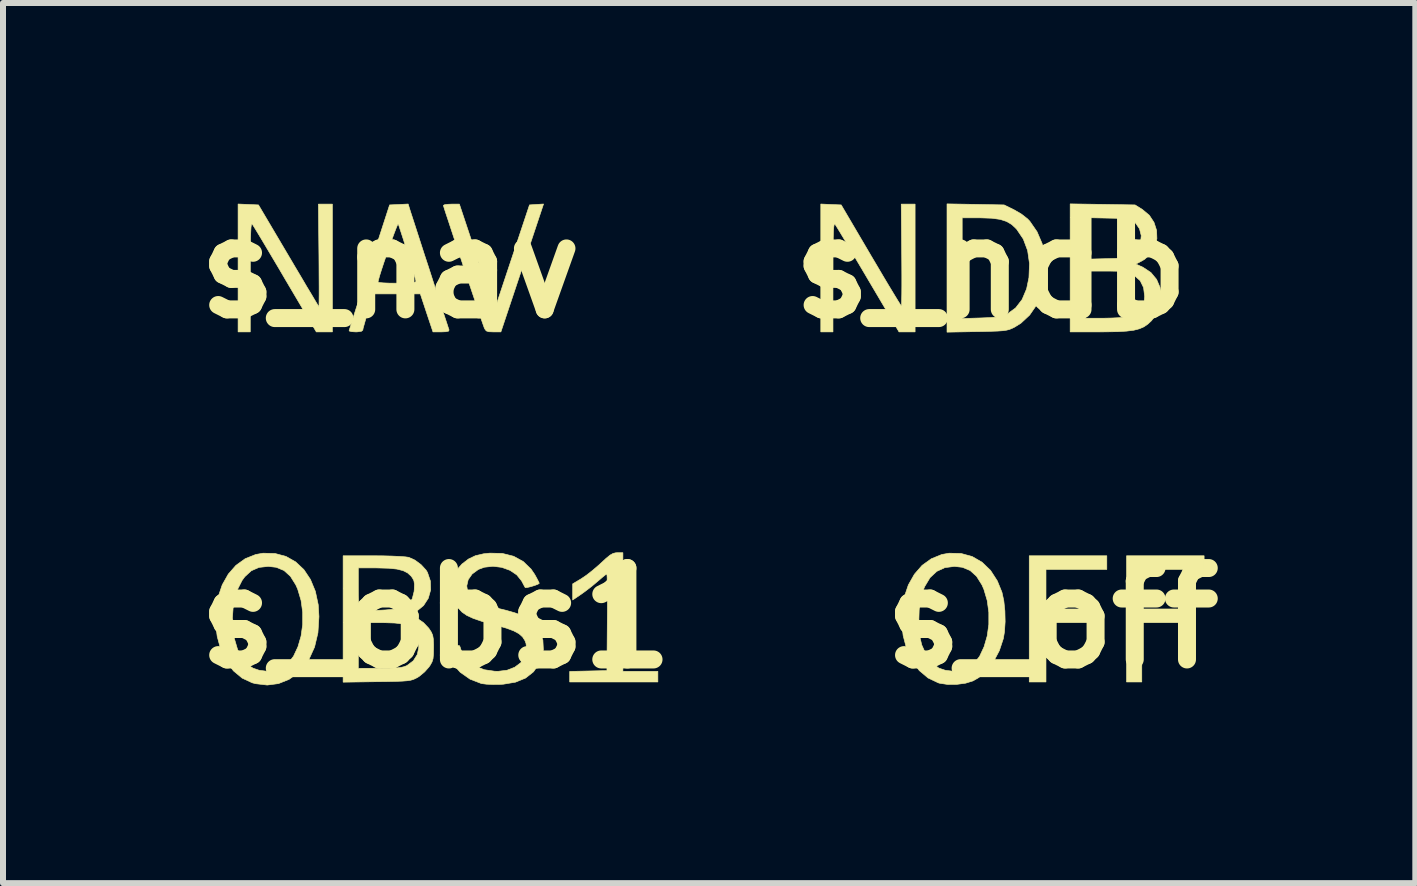
<source format=kicad_pcb>
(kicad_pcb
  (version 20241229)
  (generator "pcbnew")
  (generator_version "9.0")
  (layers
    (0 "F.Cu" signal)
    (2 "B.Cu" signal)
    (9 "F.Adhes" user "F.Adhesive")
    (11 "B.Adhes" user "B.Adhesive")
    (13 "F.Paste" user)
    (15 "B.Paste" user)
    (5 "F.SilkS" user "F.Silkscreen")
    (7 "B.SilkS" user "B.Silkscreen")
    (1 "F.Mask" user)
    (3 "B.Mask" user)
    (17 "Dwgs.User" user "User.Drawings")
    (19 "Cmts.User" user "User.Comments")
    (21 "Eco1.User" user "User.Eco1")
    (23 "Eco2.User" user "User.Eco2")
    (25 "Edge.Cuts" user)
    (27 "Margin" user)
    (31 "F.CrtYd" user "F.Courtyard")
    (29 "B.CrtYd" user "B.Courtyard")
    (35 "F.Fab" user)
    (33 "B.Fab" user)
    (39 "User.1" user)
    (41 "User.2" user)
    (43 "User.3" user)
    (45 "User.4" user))
  (footprint "s_nav"
    (layer "F.Cu")
    (at 3.454 1.418)
    (property "Reference" "s_nav" (at 0 0 0) (layer "F.SilkS") (effects (font (size 1.524 1.524) (thickness 0.3))))
    (attr through_hole)
    (fp_poly (pts (xy 2.202 -0.001) (xy 1.846 1.065) (xy 1.721 1.065) (xy 1.644 1.062) (xy 1.602 1.048) (xy 1.577 1.015) (xy 1.568 0.995) (xy 1.552 0.95) (xy 1.522 0.865) (xy 1.482 0.747) (xy 1.433 0.601) (xy 1.377 0.435) (xy 1.316 0.254) (xy 1.252 0.064) (xy 1.188 -0.129) (xy 1.125 -0.318) (xy 1.065 -0.498) (xy 1.011 -0.662) (xy 0.964 -0.805) (xy 0.926 -0.919) (xy 0.9 -1) (xy 0.888 -1.041) (xy 0.887 -1.044) (xy 0.91 -1.056) (xy 0.969 -1.063) (xy 1.021 -1.065) (xy 1.154 -1.065) (xy 1.741 0.697) (xy 2.323 -1.052) (xy 2.44 -1.06) (xy 2.557 -1.067) (xy 2.202 -0.001)) (stroke (width 0.01) (type solid)) (fill yes) (layer "F.SilkS"))
    (fp_poly (pts (xy -2.195 -1.052) (xy -1.696 -0.208) (xy -1.585 -0.02) (xy -1.482 0.153) (xy -1.391 0.308) (xy -1.312 0.439) (xy -1.251 0.542) (xy -1.209 0.612) (xy -1.189 0.644) (xy -1.188 0.646) (xy -1.186 0.623) (xy -1.185 0.556) (xy -1.184 0.45) (xy -1.184 0.31) (xy -1.185 0.143) (xy -1.186 -0.047) (xy -1.187 -0.205) (xy -1.196 -1.065) (xy -0.963 -1.065) (xy -0.963 1.065) (xy -1.231 1.065) (xy -1.748 0.19) (xy -1.861 -0.003) (xy -1.968 -0.183) (xy -2.065 -0.346) (xy -2.149 -0.487) (xy -2.217 -0.6) (xy -2.266 -0.68) (xy -2.294 -0.724) (xy -2.297 -0.729) (xy -2.306 -0.734) (xy -2.313 -0.719) (xy -2.319 -0.682) (xy -2.323 -0.616) (xy -2.327 -0.519) (xy -2.329 -0.387) (xy -2.33 -0.214) (xy -2.331 0.003) (xy -2.331 0.146) (xy -2.332 1.065) (xy -2.535 1.065) (xy -2.535 -1.067) (xy -2.195 -1.052)) (stroke (width 0.01) (type solid)) (fill yes) (layer "F.SilkS"))
    (fp_poly (pts (xy 0.326 -0.983) (xy 0.342 -0.932) (xy 0.371 -0.843) (xy 0.411 -0.72) (xy 0.459 -0.571) (xy 0.514 -0.401) (xy 0.573 -0.218) (xy 0.636 -0.027) (xy 0.698 0.166) (xy 0.759 0.354) (xy 0.817 0.531) (xy 0.869 0.69) (xy 0.914 0.827) (xy 0.949 0.933) (xy 0.972 1.004) (xy 0.982 1.033) (xy 0.974 1.052) (xy 0.926 1.062) (xy 0.854 1.065) (xy 0.714 1.065) (xy 0.608 0.748) (xy 0.503 0.431) (xy -0.277 0.431) (xy -0.367 0.718) (xy -0.402 0.833) (xy -0.43 0.931) (xy -0.45 1.002) (xy -0.456 1.035) (xy -0.48 1.055) (xy -0.545 1.064) (xy -0.57 1.065) (xy -0.638 1.061) (xy -0.679 1.051) (xy -0.684 1.046) (xy -0.676 1.018) (xy -0.654 0.948) (xy -0.62 0.839) (xy -0.575 0.697) (xy -0.52 0.527) (xy -0.458 0.334) (xy -0.426 0.234) (xy -0.202 0.234) (xy -0.179 0.242) (xy -0.114 0.248) (xy -0.018 0.252) (xy 0.1 0.253) (xy 0.114 0.253) (xy 0.256 0.252) (xy 0.352 0.247) (xy 0.409 0.239) (xy 0.43 0.226) (xy 0.431 0.222) (xy 0.424 0.192) (xy 0.404 0.122) (xy 0.374 0.022) (xy 0.338 -0.098) (xy 0.297 -0.229) (xy 0.256 -0.363) (xy 0.216 -0.49) (xy 0.18 -0.601) (xy 0.152 -0.686) (xy 0.135 -0.735) (xy 0.124 -0.721) (xy 0.101 -0.667) (xy 0.068 -0.581) (xy 0.028 -0.472) (xy -0.016 -0.348) (xy -0.061 -0.218) (xy -0.105 -0.09) (xy -0.144 0.028) (xy -0.175 0.127) (xy -0.195 0.199) (xy -0.202 0.234) (xy -0.426 0.234) (xy -0.39 0.124) (xy -0.346 -0.013) (xy -0.009 -1.052) (xy 0.145 -1.059) (xy 0.3 -1.067) (xy 0.326 -0.983)) (stroke (width 0.01) (type solid)) (fill yes) (layer "F.SilkS")))
  (footprint "s_obs1"
    (layer "F.Cu")
    (at 4.216 7.254)
    (property "Reference" "s_obs1" (at 0 0 0) (layer "F.SilkS") (effects (font (size 1.524 1.524) (thickness 0.3))))
    (attr through_hole)
    (fp_poly (pts (xy 3.118 0.887) (xy 3.701 0.887) (xy 3.701 1.065) (xy 2.231 1.065) (xy 2.231 0.889) (xy 2.541 0.882) (xy 2.852 0.875) (xy 2.858 0.07) (xy 2.86 -0.126) (xy 2.86 -0.305) (xy 2.859 -0.461) (xy 2.857 -0.587) (xy 2.855 -0.678) (xy 2.852 -0.728) (xy 2.85 -0.735) (xy 2.824 -0.719) (xy 2.773 -0.678) (xy 2.706 -0.62) (xy 2.703 -0.618) (xy 2.607 -0.537) (xy 2.497 -0.452) (xy 2.427 -0.401) (xy 2.281 -0.302) (xy 2.281 -0.571) (xy 2.425 -0.657) (xy 2.509 -0.714) (xy 2.611 -0.794) (xy 2.714 -0.882) (xy 2.751 -0.916) (xy 2.84 -0.998) (xy 2.904 -1.05) (xy 2.954 -1.078) (xy 3 -1.089) (xy 3.026 -1.09) (xy 3.118 -1.09) (xy 3.118 0.887)) (stroke (width 0.01) (type solid)) (fill yes) (layer "F.SilkS"))
    (fp_poly (pts (xy -2.68 -1.077) (xy -2.498 -1.028) (xy -2.337 -0.937) (xy -2.2 -0.808) (xy -2.09 -0.643) (xy -2.009 -0.447) (xy -1.961 -0.223) (xy -1.949 -0.025) (xy -1.966 0.245) (xy -2.022 0.482) (xy -2.116 0.689) (xy -2.25 0.866) (xy -2.294 0.91) (xy -2.448 1.022) (xy -2.624 1.092) (xy -2.813 1.116) (xy -3.007 1.093) (xy -3.063 1.078) (xy -3.23 1) (xy -3.375 0.879) (xy -3.494 0.721) (xy -3.585 0.528) (xy -3.645 0.306) (xy -3.668 0.126) (xy -3.668 0.003) (xy -3.392 0.003) (xy -3.389 0.101) (xy -3.362 0.332) (xy -3.305 0.525) (xy -3.221 0.681) (xy -3.111 0.795) (xy -3.047 0.835) (xy -2.948 0.869) (xy -2.827 0.885) (xy -2.705 0.881) (xy -2.605 0.858) (xy -2.587 0.85) (xy -2.47 0.762) (xy -2.373 0.636) (xy -2.299 0.478) (xy -2.247 0.299) (xy -2.22 0.105) (xy -2.22 -0.096) (xy -2.247 -0.294) (xy -2.303 -0.482) (xy -2.335 -0.554) (xy -2.424 -0.696) (xy -2.531 -0.793) (xy -2.661 -0.847) (xy -2.794 -0.862) (xy -2.95 -0.845) (xy -3.077 -0.789) (xy -3.184 -0.691) (xy -3.231 -0.627) (xy -3.322 -0.447) (xy -3.375 -0.238) (xy -3.392 0.003) (xy -3.668 0.003) (xy -3.668 -0.121) (xy -3.631 -0.35) (xy -3.561 -0.555) (xy -3.46 -0.734) (xy -3.332 -0.88) (xy -3.179 -0.99) (xy -3.004 -1.06) (xy -2.881 -1.082) (xy -2.68 -1.077)) (stroke (width 0.01) (type solid)) (fill yes) (layer "F.SilkS"))
    (fp_poly (pts (xy -1.046 -1.039) (xy -0.885 -1.038) (xy -0.735 -1.034) (xy -0.606 -1.028) (xy -0.508 -1.021) (xy -0.451 -1.013) (xy -0.449 -1.012) (xy -0.348 -0.966) (xy -0.246 -0.89) (xy -0.164 -0.801) (xy -0.14 -0.762) (xy -0.091 -0.617) (xy -0.087 -0.47) (xy -0.126 -0.331) (xy -0.205 -0.209) (xy -0.32 -0.115) (xy -0.356 -0.096) (xy -0.433 -0.059) (xy -0.312 0.004) (xy -0.206 0.076) (xy -0.118 0.169) (xy -0.114 0.175) (xy -0.076 0.233) (xy -0.053 0.286) (xy -0.042 0.35) (xy -0.038 0.44) (xy -0.038 0.494) (xy -0.04 0.602) (xy -0.047 0.676) (xy -0.064 0.731) (xy -0.095 0.786) (xy -0.115 0.815) (xy -0.186 0.895) (xy -0.272 0.967) (xy -0.305 0.989) (xy -0.344 1.009) (xy -0.381 1.025) (xy -0.425 1.037) (xy -0.483 1.045) (xy -0.562 1.051) (xy -0.671 1.055) (xy -0.815 1.058) (xy -0.982 1.06) (xy -1.546 1.068) (xy -1.546 0.837) (xy -1.293 0.837) (xy -0.932 0.836) (xy -0.779 0.835) (xy -0.667 0.831) (xy -0.587 0.823) (xy -0.529 0.81) (xy -0.483 0.792) (xy -0.376 0.712) (xy -0.309 0.606) (xy -0.284 0.483) (xy -0.304 0.35) (xy -0.334 0.279) (xy -0.376 0.207) (xy -0.424 0.155) (xy -0.486 0.118) (xy -0.57 0.095) (xy -0.684 0.082) (xy -0.836 0.077) (xy -0.932 0.076) (xy -1.293 0.076) (xy -1.293 0.837) (xy -1.546 0.837) (xy -1.546 -0.837) (xy -1.293 -0.837) (xy -1.293 -0.499) (xy -1.292 -0.372) (xy -1.288 -0.265) (xy -1.283 -0.186) (xy -1.277 -0.146) (xy -1.276 -0.144) (xy -1.241 -0.134) (xy -1.168 -0.129) (xy -1.068 -0.128) (xy -0.954 -0.13) (xy -0.837 -0.136) (xy -0.729 -0.146) (xy -0.686 -0.151) (xy -0.548 -0.184) (xy -0.452 -0.24) (xy -0.393 -0.324) (xy -0.363 -0.442) (xy -0.36 -0.475) (xy -0.357 -0.565) (xy -0.366 -0.624) (xy -0.392 -0.672) (xy -0.415 -0.702) (xy -0.472 -0.754) (xy -0.547 -0.791) (xy -0.648 -0.817) (xy -0.782 -0.831) (xy -0.957 -0.836) (xy -1 -0.837) (xy -1.293 -0.837) (xy -1.546 -0.837) (xy -1.546 -1.039) (xy -1.046 -1.039)) (stroke (width 0.01) (type solid)) (fill yes) (layer "F.SilkS"))
    (fp_poly (pts (xy 1.109 -1.078) (xy 1.296 -1.031) (xy 1.457 -0.943) (xy 1.587 -0.817) (xy 1.647 -0.729) (xy 1.687 -0.656) (xy 1.715 -0.601) (xy 1.724 -0.58) (xy 1.702 -0.565) (xy 1.65 -0.545) (xy 1.585 -0.525) (xy 1.526 -0.511) (xy 1.491 -0.508) (xy 1.489 -0.51) (xy 1.474 -0.536) (xy 1.445 -0.591) (xy 1.429 -0.621) (xy 1.348 -0.721) (xy 1.234 -0.797) (xy 1.098 -0.846) (xy 0.952 -0.864) (xy 0.809 -0.848) (xy 0.71 -0.812) (xy 0.605 -0.735) (xy 0.539 -0.641) (xy 0.515 -0.537) (xy 0.531 -0.434) (xy 0.59 -0.339) (xy 0.666 -0.279) (xy 0.727 -0.251) (xy 0.821 -0.219) (xy 0.931 -0.188) (xy 0.975 -0.177) (xy 1.166 -0.131) (xy 1.316 -0.088) (xy 1.432 -0.046) (xy 1.521 -0.001) (xy 1.594 0.05) (xy 1.636 0.088) (xy 1.731 0.218) (xy 1.784 0.367) (xy 1.792 0.527) (xy 1.755 0.689) (xy 1.725 0.756) (xy 1.628 0.895) (xy 1.496 0.999) (xy 1.328 1.068) (xy 1.124 1.102) (xy 1.066 1.105) (xy 0.952 1.106) (xy 0.846 1.102) (xy 0.766 1.092) (xy 0.754 1.089) (xy 0.57 1.018) (xy 0.407 0.904) (xy 0.274 0.755) (xy 0.213 0.654) (xy 0.179 0.585) (xy 0.157 0.537) (xy 0.152 0.524) (xy 0.174 0.513) (xy 0.226 0.496) (xy 0.292 0.477) (xy 0.352 0.462) (xy 0.389 0.456) (xy 0.403 0.478) (xy 0.416 0.521) (xy 0.442 0.575) (xy 0.492 0.646) (xy 0.536 0.699) (xy 0.657 0.798) (xy 0.804 0.86) (xy 0.982 0.886) (xy 1.039 0.887) (xy 1.187 0.869) (xy 1.315 0.819) (xy 1.416 0.743) (xy 1.484 0.648) (xy 1.515 0.539) (xy 1.503 0.423) (xy 1.485 0.375) (xy 1.445 0.313) (xy 1.385 0.26) (xy 1.298 0.213) (xy 1.177 0.168) (xy 1.014 0.121) (xy 0.954 0.106) (xy 0.769 0.055) (xy 0.626 0.006) (xy 0.517 -0.044) (xy 0.436 -0.1) (xy 0.375 -0.166) (xy 0.348 -0.206) (xy 0.279 -0.359) (xy 0.258 -0.516) (xy 0.283 -0.668) (xy 0.353 -0.808) (xy 0.435 -0.901) (xy 0.544 -0.985) (xy 0.659 -1.04) (xy 0.795 -1.072) (xy 0.9 -1.083) (xy 1.109 -1.078)) (stroke (width 0.01) (type solid)) (fill yes) (layer "F.SilkS")))
  (footprint "s_off"
    (layer "F.Cu")
    (at 14.488 7.254)
    (property "Reference" "s_off" (at 0 0 0) (layer "F.SilkS") (effects (font (size 1.524 1.524) (thickness 0.3))))
    (attr through_hole)
    (fp_poly (pts (xy 0.913 -0.811) (xy -0.101 -0.811) (xy -0.101 -0.152) (xy 0.735 -0.152) (xy 0.735 0.076) (xy -0.101 0.076) (xy -0.101 1.065) (xy -0.38 1.065) (xy -0.38 -1.039) (xy 0.913 -1.039) (xy 0.913 -0.811)) (stroke (width 0.01) (type solid)) (fill yes) (layer "F.SilkS"))
    (fp_poly (pts (xy 2.535 -0.811) (xy 1.496 -0.811) (xy 1.496 -0.152) (xy 2.357 -0.152) (xy 2.357 0.076) (xy 1.496 0.076) (xy 1.496 1.065) (xy 1.242 1.065) (xy 1.242 -1.039) (xy 2.535 -1.039) (xy 2.535 -0.811)) (stroke (width 0.01) (type solid)) (fill yes) (layer "F.SilkS"))
    (fp_poly (pts (xy -1.515 -1.077) (xy -1.33 -1.026) (xy -1.166 -0.931) (xy -1.025 -0.795) (xy -0.912 -0.62) (xy -0.835 -0.431) (xy -0.804 -0.289) (xy -0.786 -0.119) (xy -0.782 0.061) (xy -0.793 0.229) (xy -0.812 0.342) (xy -0.878 0.541) (xy -0.973 0.722) (xy -1.089 0.875) (xy -1.222 0.992) (xy -1.318 1.047) (xy -1.441 1.085) (xy -1.589 1.105) (xy -1.74 1.106) (xy -1.873 1.086) (xy -1.897 1.079) (xy -2.067 0.998) (xy -2.213 0.875) (xy -2.333 0.713) (xy -2.423 0.518) (xy -2.482 0.292) (xy -2.502 0.126) (xy -2.502 0.03) (xy -2.22 0.03) (xy -2.214 0.195) (xy -2.197 0.342) (xy -2.172 0.448) (xy -2.102 0.602) (xy -2.011 0.729) (xy -1.907 0.82) (xy -1.883 0.835) (xy -1.782 0.869) (xy -1.66 0.885) (xy -1.538 0.881) (xy -1.437 0.857) (xy -1.421 0.85) (xy -1.304 0.762) (xy -1.207 0.636) (xy -1.133 0.478) (xy -1.081 0.299) (xy -1.054 0.105) (xy -1.054 -0.096) (xy -1.081 -0.294) (xy -1.137 -0.482) (xy -1.169 -0.554) (xy -1.258 -0.696) (xy -1.365 -0.793) (xy -1.495 -0.847) (xy -1.628 -0.862) (xy -1.788 -0.841) (xy -1.922 -0.779) (xy -2.034 -0.674) (xy -2.124 -0.524) (xy -2.172 -0.404) (xy -2.199 -0.286) (xy -2.215 -0.136) (xy -2.22 0.03) (xy -2.502 0.03) (xy -2.502 -0.12) (xy -2.465 -0.348) (xy -2.395 -0.554) (xy -2.294 -0.732) (xy -2.166 -0.879) (xy -2.013 -0.989) (xy -1.839 -1.06) (xy -1.715 -1.082) (xy -1.515 -1.077)) (stroke (width 0.01) (type solid)) (fill yes) (layer "F.SilkS")))
  (footprint "s_ndb"
    (layer "F.Cu")
    (at 13.472 1.418)
    (property "Reference" "s_ndb" (at 0 0 0) (layer "F.SilkS") (effects (font (size 1.524 1.524) (thickness 0.3))))
    (attr through_hole)
    (fp_poly (pts (xy -2.669 -1.059) (xy -2.499 -1.052) (xy -2.004 -0.21) (xy -1.893 -0.023) (xy -1.791 0.15) (xy -1.699 0.304) (xy -1.621 0.433) (xy -1.559 0.535) (xy -1.517 0.602) (xy -1.497 0.632) (xy -1.496 0.633) (xy -1.493 0.609) (xy -1.491 0.54) (xy -1.489 0.432) (xy -1.488 0.291) (xy -1.488 0.122) (xy -1.489 -0.068) (xy -1.49 -0.215) (xy -1.498 -1.065) (xy -1.267 -1.065) (xy -1.267 1.065) (xy -1.535 1.065) (xy -2.052 0.19) (xy -2.166 -0.003) (xy -2.273 -0.183) (xy -2.369 -0.346) (xy -2.453 -0.487) (xy -2.521 -0.6) (xy -2.57 -0.68) (xy -2.598 -0.724) (xy -2.601 -0.729) (xy -2.61 -0.734) (xy -2.617 -0.719) (xy -2.623 -0.682) (xy -2.628 -0.616) (xy -2.631 -0.519) (xy -2.633 -0.387) (xy -2.635 -0.214) (xy -2.635 0.003) (xy -2.636 0.146) (xy -2.636 1.065) (xy -2.839 1.065) (xy -2.839 -1.067) (xy -2.669 -1.059)) (stroke (width 0.01) (type solid)) (fill yes) (layer "F.SilkS"))
    (fp_poly (pts (xy -0.259 -1.061) (xy 0.217 -1.052) (xy 0.386 -0.969) (xy 0.506 -0.899) (xy 0.608 -0.819) (xy 0.645 -0.78) (xy 0.766 -0.605) (xy 0.85 -0.409) (xy 0.899 -0.2) (xy 0.912 0.015) (xy 0.893 0.228) (xy 0.84 0.432) (xy 0.756 0.62) (xy 0.642 0.785) (xy 0.498 0.919) (xy 0.396 0.983) (xy 0.35 1.006) (xy 0.306 1.024) (xy 0.258 1.036) (xy 0.196 1.045) (xy 0.112 1.051) (xy -0.002 1.055) (xy -0.155 1.059) (xy -0.234 1.06) (xy -0.735 1.069) (xy -0.735 -0.837) (xy -0.482 -0.837) (xy -0.482 0.842) (xy -0.158 0.832) (xy -0.015 0.826) (xy 0.088 0.818) (xy 0.164 0.806) (xy 0.222 0.789) (xy 0.269 0.767) (xy 0.409 0.665) (xy 0.517 0.525) (xy 0.592 0.347) (xy 0.631 0.16) (xy 0.64 -0.075) (xy 0.609 -0.291) (xy 0.537 -0.483) (xy 0.427 -0.646) (xy 0.42 -0.654) (xy 0.343 -0.726) (xy 0.256 -0.777) (xy 0.15 -0.811) (xy 0.014 -0.83) (xy -0.16 -0.836) (xy -0.195 -0.837) (xy -0.482 -0.837) (xy -0.735 -0.837) (xy -0.735 -1.069) (xy -0.259 -1.061)) (stroke (width 0.01) (type solid)) (fill yes) (layer "F.SilkS"))
    (fp_poly (pts (xy 1.859 -1.061) (xy 2.4 -1.052) (xy 2.522 -0.976) (xy 2.638 -0.879) (xy 2.716 -0.76) (xy 2.759 -0.627) (xy 2.764 -0.49) (xy 2.733 -0.359) (xy 2.666 -0.241) (xy 2.561 -0.147) (xy 2.527 -0.126) (xy 2.414 -0.066) (xy 2.534 -0.011) (xy 2.664 0.075) (xy 2.759 0.19) (xy 2.817 0.325) (xy 2.838 0.471) (xy 2.82 0.621) (xy 2.76 0.764) (xy 2.675 0.877) (xy 2.613 0.935) (xy 2.548 0.98) (xy 2.472 1.013) (xy 2.379 1.037) (xy 2.259 1.052) (xy 2.108 1.061) (xy 1.916 1.064) (xy 1.808 1.065) (xy 1.318 1.065) (xy 1.318 0.051) (xy 1.572 0.051) (xy 1.572 0.837) (xy 1.877 0.837) (xy 2.009 0.834) (xy 2.134 0.828) (xy 2.237 0.818) (xy 2.296 0.808) (xy 2.42 0.755) (xy 2.507 0.668) (xy 2.553 0.553) (xy 2.56 0.474) (xy 2.542 0.327) (xy 2.486 0.212) (xy 2.39 0.127) (xy 2.357 0.108) (xy 2.305 0.084) (xy 2.253 0.068) (xy 2.188 0.058) (xy 2.099 0.053) (xy 1.976 0.051) (xy 1.909 0.051) (xy 1.572 0.051) (xy 1.318 0.051) (xy 1.318 -0.147) (xy 1.572 -0.147) (xy 1.925 -0.156) (xy 2.069 -0.16) (xy 2.173 -0.166) (xy 2.245 -0.175) (xy 2.295 -0.187) (xy 2.332 -0.206) (xy 2.349 -0.217) (xy 2.44 -0.31) (xy 2.491 -0.422) (xy 2.503 -0.54) (xy 2.474 -0.654) (xy 2.411 -0.745) (xy 2.331 -0.824) (xy 1.951 -0.832) (xy 1.572 -0.84) (xy 1.572 -0.147) (xy 1.318 -0.147) (xy 1.318 -1.069) (xy 1.859 -1.061)) (stroke (width 0.01) (type solid)) (fill yes) (layer "F.SilkS")))
  (gr_rect
    (start -3 -3)
    (end 20.544 11.672)
    (stroke (width 0.1) (type default))
    (fill no)
    (layer "Edge.Cuts")))
</source>
